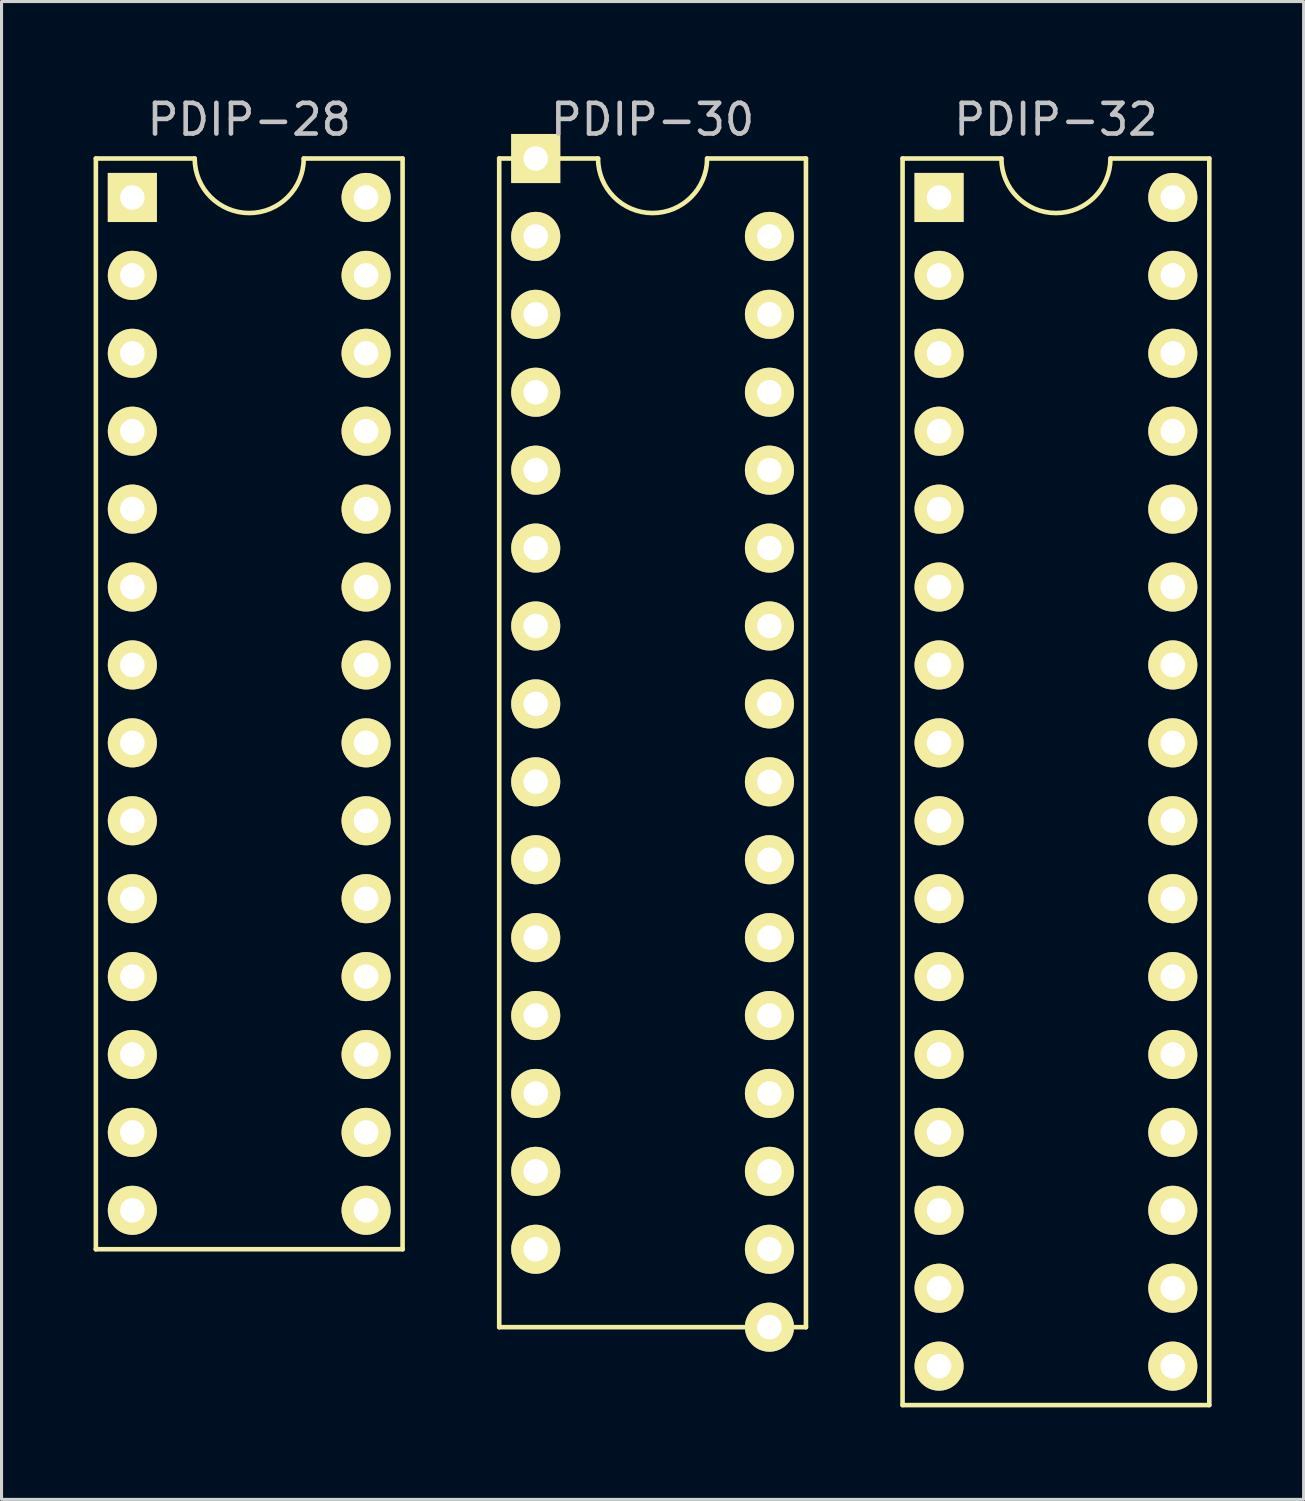
<source format=kicad_pcb>
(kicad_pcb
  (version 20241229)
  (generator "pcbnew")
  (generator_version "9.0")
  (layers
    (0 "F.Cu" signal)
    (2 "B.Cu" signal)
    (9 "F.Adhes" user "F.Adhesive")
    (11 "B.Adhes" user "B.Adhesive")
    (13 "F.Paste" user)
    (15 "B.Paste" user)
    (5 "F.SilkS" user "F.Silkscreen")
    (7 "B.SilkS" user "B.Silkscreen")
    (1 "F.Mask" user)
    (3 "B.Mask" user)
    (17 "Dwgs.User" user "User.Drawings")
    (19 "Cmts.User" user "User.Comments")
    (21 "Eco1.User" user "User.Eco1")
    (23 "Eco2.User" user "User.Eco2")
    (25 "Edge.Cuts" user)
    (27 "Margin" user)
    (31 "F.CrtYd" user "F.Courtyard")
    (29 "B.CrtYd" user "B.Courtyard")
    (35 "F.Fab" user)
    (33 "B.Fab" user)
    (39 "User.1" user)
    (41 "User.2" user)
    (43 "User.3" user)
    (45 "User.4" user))
  (footprint "PDIP-32"
    (layer "F.Cu")
    (at 31.375 22.438)
    (property "Reference" "PDIP-32" (at 0 -21.59 0) (layer "Dwgs.User") (effects (font (size 1 1) (thickness 0.15))))
    (attr through_hole)
    (fp_line (start -5 -20.32) (end -5 20.32) (stroke (width 0.15) (type solid)) (layer "F.SilkS"))
    (fp_line (start -5 20.32) (end 5 20.32) (stroke (width 0.15) (type solid)) (layer "F.SilkS"))
    (fp_line (start -1.778 -20.32) (end -5 -20.32) (stroke (width 0.15) (type solid)) (layer "F.SilkS"))
    (fp_line (start 5 -20.32) (end 1.778 -20.32) (stroke (width 0.15) (type solid)) (layer "F.SilkS"))
    (fp_line (start 5 20.32) (end 5 -20.32) (stroke (width 0.15) (type solid)) (layer "F.SilkS"))
    (fp_arc (start 1.7775 -20.32) (mid 0 -18.5425) (end -1.7775 -20.32) (stroke (width 0.15) (type solid)) (layer "F.SilkS"))
    (pad "1" thru_hole rect (at -3.81 -19.05) (size 1.6 1.6) (drill 0.8) (layers "*.Cu" "*.Mask" "F.SilkS"))
    (pad "2" thru_hole circle (at -3.81 -16.51) (size 1.6 1.6) (drill 0.8) (layers "*.Cu" "*.Mask" "F.SilkS"))
    (pad "3" thru_hole circle (at -3.81 -13.97) (size 1.6 1.6) (drill 0.8) (layers "*.Cu" "*.Mask" "F.SilkS"))
    (pad "4" thru_hole circle (at -3.81 -11.43) (size 1.6 1.6) (drill 0.8) (layers "*.Cu" "*.Mask" "F.SilkS"))
    (pad "5" thru_hole circle (at -3.81 -8.89) (size 1.6 1.6) (drill 0.8) (layers "*.Cu" "*.Mask" "F.SilkS"))
    (pad "6" thru_hole circle (at -3.81 -6.35) (size 1.6 1.6) (drill 0.8) (layers "*.Cu" "*.Mask" "F.SilkS"))
    (pad "7" thru_hole circle (at -3.81 -3.81) (size 1.6 1.6) (drill 0.8) (layers "*.Cu" "*.Mask" "F.SilkS"))
    (pad "8" thru_hole circle (at -3.81 -1.27) (size 1.6 1.6) (drill 0.8) (layers "*.Cu" "*.Mask" "F.SilkS"))
    (pad "9" thru_hole circle (at -3.81 1.27) (size 1.6 1.6) (drill 0.8) (layers "*.Cu" "*.Mask" "F.SilkS"))
    (pad "10" thru_hole circle (at -3.81 3.81) (size 1.6 1.6) (drill 0.8) (layers "*.Cu" "*.Mask" "F.SilkS"))
    (pad "11" thru_hole circle (at -3.81 6.35) (size 1.6 1.6) (drill 0.8) (layers "*.Cu" "*.Mask" "F.SilkS"))
    (pad "12" thru_hole circle (at -3.81 8.89) (size 1.6 1.6) (drill 0.8) (layers "*.Cu" "*.Mask" "F.SilkS"))
    (pad "13" thru_hole circle (at -3.81 11.43) (size 1.6 1.6) (drill 0.8) (layers "*.Cu" "*.Mask" "F.SilkS"))
    (pad "14" thru_hole circle (at -3.81 13.97) (size 1.6 1.6) (drill 0.8) (layers "*.Cu" "*.Mask" "F.SilkS"))
    (pad "15" thru_hole circle (at -3.81 16.51) (size 1.6 1.6) (drill 0.8) (layers "*.Cu" "*.Mask" "F.SilkS"))
    (pad "16" thru_hole circle (at -3.81 19.05) (size 1.6 1.6) (drill 0.8) (layers "*.Cu" "*.Mask" "F.SilkS"))
    (pad "17" thru_hole circle (at 3.81 19.05) (size 1.6 1.6) (drill 0.8) (layers "*.Cu" "*.Mask" "F.SilkS"))
    (pad "18" thru_hole circle (at 3.81 16.51) (size 1.6 1.6) (drill 0.8) (layers "*.Cu" "*.Mask" "F.SilkS"))
    (pad "19" thru_hole circle (at 3.81 13.97) (size 1.6 1.6) (drill 0.8) (layers "*.Cu" "*.Mask" "F.SilkS"))
    (pad "20" thru_hole circle (at 3.81 11.43) (size 1.6 1.6) (drill 0.8) (layers "*.Cu" "*.Mask" "F.SilkS"))
    (pad "21" thru_hole circle (at 3.81 8.89) (size 1.6 1.6) (drill 0.8) (layers "*.Cu" "*.Mask" "F.SilkS"))
    (pad "22" thru_hole circle (at 3.81 6.35) (size 1.6 1.6) (drill 0.8) (layers "*.Cu" "*.Mask" "F.SilkS"))
    (pad "23" thru_hole circle (at 3.81 3.81) (size 1.6 1.6) (drill 0.8) (layers "*.Cu" "*.Mask" "F.SilkS"))
    (pad "24" thru_hole circle (at 3.81 1.27) (size 1.6 1.6) (drill 0.8) (layers "*.Cu" "*.Mask" "F.SilkS"))
    (pad "25" thru_hole circle (at 3.81 -1.27) (size 1.6 1.6) (drill 0.8) (layers "*.Cu" "*.Mask" "F.SilkS"))
    (pad "26" thru_hole circle (at 3.81 -3.81) (size 1.6 1.6) (drill 0.8) (layers "*.Cu" "*.Mask" "F.SilkS"))
    (pad "27" thru_hole circle (at 3.81 -6.35) (size 1.6 1.6) (drill 0.8) (layers "*.Cu" "*.Mask" "F.SilkS"))
    (pad "28" thru_hole circle (at 3.81 -8.89) (size 1.6 1.6) (drill 0.8) (layers "*.Cu" "*.Mask" "F.SilkS"))
    (pad "29" thru_hole circle (at 3.81 -11.43) (size 1.6 1.6) (drill 0.8) (layers "*.Cu" "*.Mask" "F.SilkS"))
    (pad "30" thru_hole circle (at 3.81 -13.97) (size 1.6 1.6) (drill 0.8) (layers "*.Cu" "*.Mask" "F.SilkS"))
    (pad "31" thru_hole circle (at 3.81 -16.51) (size 1.6 1.6) (drill 0.8) (layers "*.Cu" "*.Mask" "F.SilkS"))
    (pad "32" thru_hole circle (at 3.81 -19.05) (size 1.6 1.6) (drill 0.8) (layers "*.Cu" "*.Mask" "F.SilkS")))
  (footprint "PDIP-30"
    (layer "F.Cu")
    (at 18.225 21.168)
    (property "Reference" "PDIP-30" (at 0 -20.32 0) (layer "Dwgs.User") (effects (font (size 1 1) (thickness 0.15))))
    (attr through_hole)
    (fp_line (start -5 -19.05) (end -5 19.05) (stroke (width 0.15) (type solid)) (layer "F.SilkS"))
    (fp_line (start -5 19.05) (end 5 19.05) (stroke (width 0.15) (type solid)) (layer "F.SilkS"))
    (fp_line (start -1.778 -19.05) (end -5 -19.05) (stroke (width 0.15) (type solid)) (layer "F.SilkS"))
    (fp_line (start 5 -19.05) (end 1.778 -19.05) (stroke (width 0.15) (type solid)) (layer "F.SilkS"))
    (fp_line (start 5 19.05) (end 5 -19.05) (stroke (width 0.15) (type solid)) (layer "F.SilkS"))
    (fp_arc (start 1.7775 -19.05) (mid 0 -17.2725) (end -1.7775 -19.05) (stroke (width 0.15) (type solid)) (layer "F.SilkS"))
    (pad "1" thru_hole rect (at -3.81 -19.05) (size 1.6 1.6) (drill 0.8) (layers "*.Cu" "*.Mask" "F.SilkS"))
    (pad "2" thru_hole circle (at -3.81 -16.51) (size 1.6 1.6) (drill 0.8) (layers "*.Cu" "*.Mask" "F.SilkS"))
    (pad "3" thru_hole circle (at -3.81 -13.97) (size 1.6 1.6) (drill 0.8) (layers "*.Cu" "*.Mask" "F.SilkS"))
    (pad "4" thru_hole circle (at -3.81 -11.43) (size 1.6 1.6) (drill 0.8) (layers "*.Cu" "*.Mask" "F.SilkS"))
    (pad "5" thru_hole circle (at -3.81 -8.89) (size 1.6 1.6) (drill 0.8) (layers "*.Cu" "*.Mask" "F.SilkS"))
    (pad "6" thru_hole circle (at -3.81 -6.35) (size 1.6 1.6) (drill 0.8) (layers "*.Cu" "*.Mask" "F.SilkS"))
    (pad "7" thru_hole circle (at -3.81 -3.81) (size 1.6 1.6) (drill 0.8) (layers "*.Cu" "*.Mask" "F.SilkS"))
    (pad "8" thru_hole circle (at -3.81 -1.27) (size 1.6 1.6) (drill 0.8) (layers "*.Cu" "*.Mask" "F.SilkS"))
    (pad "9" thru_hole circle (at -3.81 1.27) (size 1.6 1.6) (drill 0.8) (layers "*.Cu" "*.Mask" "F.SilkS"))
    (pad "10" thru_hole circle (at -3.81 3.81) (size 1.6 1.6) (drill 0.8) (layers "*.Cu" "*.Mask" "F.SilkS"))
    (pad "11" thru_hole circle (at -3.81 6.35) (size 1.6 1.6) (drill 0.8) (layers "*.Cu" "*.Mask" "F.SilkS"))
    (pad "12" thru_hole circle (at -3.81 8.89) (size 1.6 1.6) (drill 0.8) (layers "*.Cu" "*.Mask" "F.SilkS"))
    (pad "13" thru_hole circle (at -3.81 11.43) (size 1.6 1.6) (drill 0.8) (layers "*.Cu" "*.Mask" "F.SilkS"))
    (pad "14" thru_hole circle (at -3.81 13.97) (size 1.6 1.6) (drill 0.8) (layers "*.Cu" "*.Mask" "F.SilkS"))
    (pad "15" thru_hole circle (at -3.81 16.51) (size 1.6 1.6) (drill 0.8) (layers "*.Cu" "*.Mask" "F.SilkS"))
    (pad "16" thru_hole circle (at 3.81 19.05) (size 1.6 1.6) (drill 0.8) (layers "*.Cu" "*.Mask" "F.SilkS"))
    (pad "17" thru_hole circle (at 3.81 16.51) (size 1.6 1.6) (drill 0.8) (layers "*.Cu" "*.Mask" "F.SilkS"))
    (pad "18" thru_hole circle (at 3.81 13.97) (size 1.6 1.6) (drill 0.8) (layers "*.Cu" "*.Mask" "F.SilkS"))
    (pad "19" thru_hole circle (at 3.81 11.43) (size 1.6 1.6) (drill 0.8) (layers "*.Cu" "*.Mask" "F.SilkS"))
    (pad "20" thru_hole circle (at 3.81 8.89) (size 1.6 1.6) (drill 0.8) (layers "*.Cu" "*.Mask" "F.SilkS"))
    (pad "21" thru_hole circle (at 3.81 6.35) (size 1.6 1.6) (drill 0.8) (layers "*.Cu" "*.Mask" "F.SilkS"))
    (pad "22" thru_hole circle (at 3.81 3.81) (size 1.6 1.6) (drill 0.8) (layers "*.Cu" "*.Mask" "F.SilkS"))
    (pad "23" thru_hole circle (at 3.81 1.27) (size 1.6 1.6) (drill 0.8) (layers "*.Cu" "*.Mask" "F.SilkS"))
    (pad "24" thru_hole circle (at 3.81 -1.27) (size 1.6 1.6) (drill 0.8) (layers "*.Cu" "*.Mask" "F.SilkS"))
    (pad "25" thru_hole circle (at 3.81 -3.81) (size 1.6 1.6) (drill 0.8) (layers "*.Cu" "*.Mask" "F.SilkS"))
    (pad "26" thru_hole circle (at 3.81 -6.35) (size 1.6 1.6) (drill 0.8) (layers "*.Cu" "*.Mask" "F.SilkS"))
    (pad "27" thru_hole circle (at 3.81 -8.89) (size 1.6 1.6) (drill 0.8) (layers "*.Cu" "*.Mask" "F.SilkS"))
    (pad "28" thru_hole circle (at 3.81 -11.43) (size 1.6 1.6) (drill 0.8) (layers "*.Cu" "*.Mask" "F.SilkS"))
    (pad "29" thru_hole circle (at 3.81 -13.97) (size 1.6 1.6) (drill 0.8) (layers "*.Cu" "*.Mask" "F.SilkS"))
    (pad "30" thru_hole circle (at 3.81 -16.51) (size 1.6 1.6) (drill 0.8) (layers "*.Cu" "*.Mask" "F.SilkS")))
  (footprint "PDIP-28"
    (layer "F.Cu")
    (at 5.075 19.898)
    (property "Reference" "PDIP-28" (at 0 -19.05 0) (layer "Dwgs.User") (effects (font (size 1 1) (thickness 0.15))))
    (attr through_hole)
    (fp_line (start -5 -17.78) (end -5 17.78) (stroke (width 0.15) (type solid)) (layer "F.SilkS"))
    (fp_line (start -5 17.78) (end 5 17.78) (stroke (width 0.15) (type solid)) (layer "F.SilkS"))
    (fp_line (start -1.778 -17.78) (end -5 -17.78) (stroke (width 0.15) (type solid)) (layer "F.SilkS"))
    (fp_line (start 5 -17.78) (end 1.778 -17.78) (stroke (width 0.15) (type solid)) (layer "F.SilkS"))
    (fp_line (start 5 17.78) (end 5 -17.78) (stroke (width 0.15) (type solid)) (layer "F.SilkS"))
    (fp_arc (start 1.7775 -17.78) (mid 0 -16.0025) (end -1.7775 -17.78) (stroke (width 0.15) (type solid)) (layer "F.SilkS"))
    (pad "1" thru_hole rect (at -3.81 -16.51) (size 1.6 1.6) (drill 0.8) (layers "*.Cu" "*.Mask" "F.SilkS"))
    (pad "2" thru_hole circle (at -3.81 -13.97) (size 1.6 1.6) (drill 0.8) (layers "*.Cu" "*.Mask" "F.SilkS"))
    (pad "3" thru_hole circle (at -3.81 -11.43) (size 1.6 1.6) (drill 0.8) (layers "*.Cu" "*.Mask" "F.SilkS"))
    (pad "4" thru_hole circle (at -3.81 -8.89) (size 1.6 1.6) (drill 0.8) (layers "*.Cu" "*.Mask" "F.SilkS"))
    (pad "5" thru_hole circle (at -3.81 -6.35) (size 1.6 1.6) (drill 0.8) (layers "*.Cu" "*.Mask" "F.SilkS"))
    (pad "6" thru_hole circle (at -3.81 -3.81) (size 1.6 1.6) (drill 0.8) (layers "*.Cu" "*.Mask" "F.SilkS"))
    (pad "7" thru_hole circle (at -3.81 -1.27) (size 1.6 1.6) (drill 0.8) (layers "*.Cu" "*.Mask" "F.SilkS"))
    (pad "8" thru_hole circle (at -3.81 1.27) (size 1.6 1.6) (drill 0.8) (layers "*.Cu" "*.Mask" "F.SilkS"))
    (pad "9" thru_hole circle (at -3.81 3.81) (size 1.6 1.6) (drill 0.8) (layers "*.Cu" "*.Mask" "F.SilkS"))
    (pad "10" thru_hole circle (at -3.81 6.35) (size 1.6 1.6) (drill 0.8) (layers "*.Cu" "*.Mask" "F.SilkS"))
    (pad "11" thru_hole circle (at -3.81 8.89) (size 1.6 1.6) (drill 0.8) (layers "*.Cu" "*.Mask" "F.SilkS"))
    (pad "12" thru_hole circle (at -3.81 11.43) (size 1.6 1.6) (drill 0.8) (layers "*.Cu" "*.Mask" "F.SilkS"))
    (pad "13" thru_hole circle (at -3.81 13.97) (size 1.6 1.6) (drill 0.8) (layers "*.Cu" "*.Mask" "F.SilkS"))
    (pad "14" thru_hole circle (at -3.81 16.51) (size 1.6 1.6) (drill 0.8) (layers "*.Cu" "*.Mask" "F.SilkS"))
    (pad "15" thru_hole circle (at 3.81 16.51) (size 1.6 1.6) (drill 0.8) (layers "*.Cu" "*.Mask" "F.SilkS"))
    (pad "16" thru_hole circle (at 3.81 13.97) (size 1.6 1.6) (drill 0.8) (layers "*.Cu" "*.Mask" "F.SilkS"))
    (pad "17" thru_hole circle (at 3.81 11.43) (size 1.6 1.6) (drill 0.8) (layers "*.Cu" "*.Mask" "F.SilkS"))
    (pad "18" thru_hole circle (at 3.81 8.89) (size 1.6 1.6) (drill 0.8) (layers "*.Cu" "*.Mask" "F.SilkS"))
    (pad "19" thru_hole circle (at 3.81 6.35) (size 1.6 1.6) (drill 0.8) (layers "*.Cu" "*.Mask" "F.SilkS"))
    (pad "20" thru_hole circle (at 3.81 3.81) (size 1.6 1.6) (drill 0.8) (layers "*.Cu" "*.Mask" "F.SilkS"))
    (pad "21" thru_hole circle (at 3.81 1.27) (size 1.6 1.6) (drill 0.8) (layers "*.Cu" "*.Mask" "F.SilkS"))
    (pad "22" thru_hole circle (at 3.81 -1.27) (size 1.6 1.6) (drill 0.8) (layers "*.Cu" "*.Mask" "F.SilkS"))
    (pad "23" thru_hole circle (at 3.81 -3.81) (size 1.6 1.6) (drill 0.8) (layers "*.Cu" "*.Mask" "F.SilkS"))
    (pad "24" thru_hole circle (at 3.81 -6.35) (size 1.6 1.6) (drill 0.8) (layers "*.Cu" "*.Mask" "F.SilkS"))
    (pad "25" thru_hole circle (at 3.81 -8.89) (size 1.6 1.6) (drill 0.8) (layers "*.Cu" "*.Mask" "F.SilkS"))
    (pad "26" thru_hole circle (at 3.81 -11.43) (size 1.6 1.6) (drill 0.8) (layers "*.Cu" "*.Mask" "F.SilkS"))
    (pad "27" thru_hole circle (at 3.81 -13.97) (size 1.6 1.6) (drill 0.8) (layers "*.Cu" "*.Mask" "F.SilkS"))
    (pad "28" thru_hole circle (at 3.81 -16.51) (size 1.6 1.6) (drill 0.8) (layers "*.Cu" "*.Mask" "F.SilkS")))
  (gr_rect
    (start -3 -3)
    (end 39.45 45.833)
    (stroke (width 0.1) (type default))
    (fill no)
    (layer "Edge.Cuts")))
</source>
